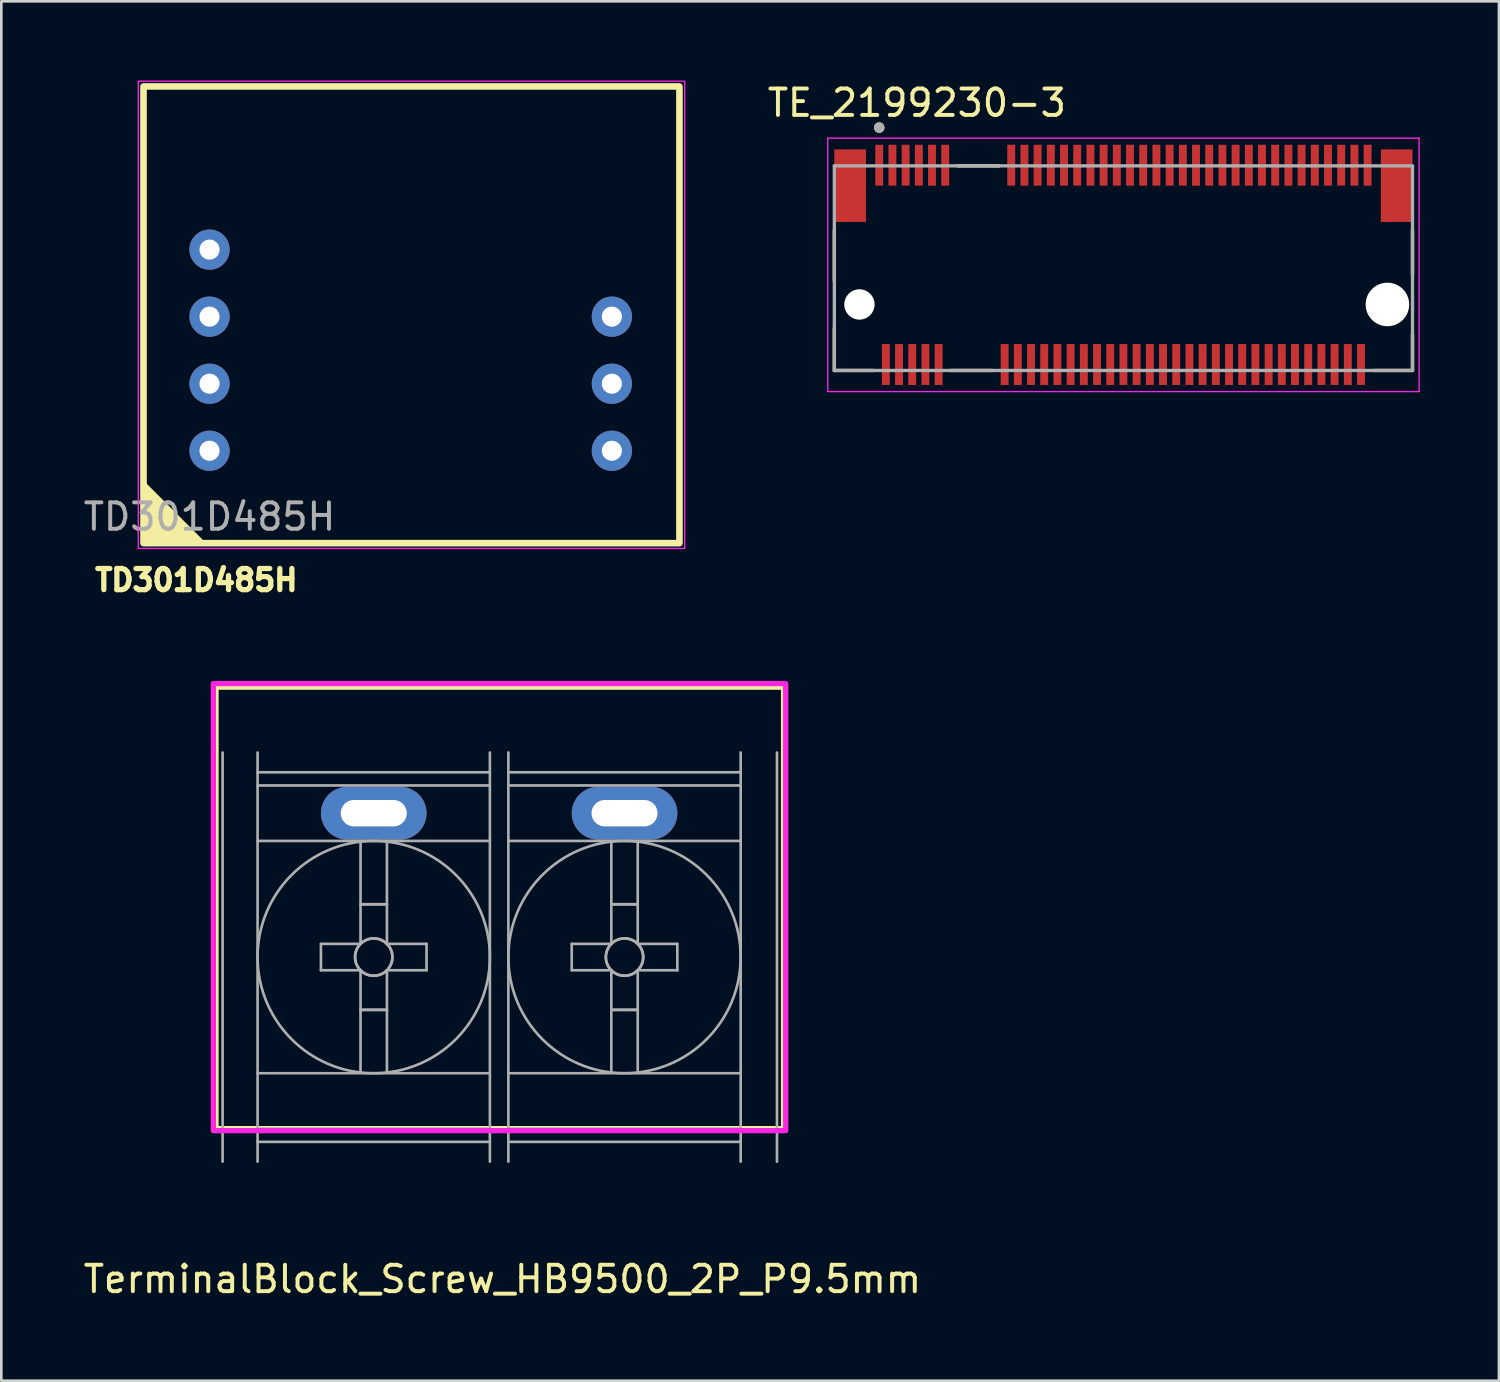
<source format=kicad_pcb>
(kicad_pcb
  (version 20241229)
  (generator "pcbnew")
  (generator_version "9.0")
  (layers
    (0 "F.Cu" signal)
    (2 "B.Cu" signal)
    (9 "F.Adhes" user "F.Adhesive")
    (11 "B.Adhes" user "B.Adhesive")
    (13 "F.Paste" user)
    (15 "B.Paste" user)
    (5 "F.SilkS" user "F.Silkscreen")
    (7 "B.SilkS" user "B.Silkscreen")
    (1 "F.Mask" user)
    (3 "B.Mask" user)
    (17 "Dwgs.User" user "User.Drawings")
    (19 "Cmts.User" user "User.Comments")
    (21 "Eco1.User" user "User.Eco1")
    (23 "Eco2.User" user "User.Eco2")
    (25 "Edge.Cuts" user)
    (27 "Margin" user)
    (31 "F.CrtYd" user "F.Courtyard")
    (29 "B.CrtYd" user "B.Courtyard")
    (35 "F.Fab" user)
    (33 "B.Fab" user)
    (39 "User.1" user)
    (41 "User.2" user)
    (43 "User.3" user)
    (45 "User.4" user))
  (footprint "TD301D485H"
    (layer "F.Cu")
    (at 4.887 14.025)
    (property "Reference" "TD301D485H" (at -0.5 4.9 0) (unlocked yes) (layer "F.SilkS") (effects (font (size 0.8 0.8) (thickness 0.2) (bold yes))))
    (attr through_hole)
    (fp_rect (start -2.5 -13.8) (end 17.8 3.5) (stroke (width 0.25) (type default)) (fill no) (layer "F.SilkS"))
    (fp_poly (pts (xy -2.5 3.5) (xy -2.5 1.2) (xy -0.204 3.496)) (stroke (width 0.1) (type solid)) (fill yes) (layer "F.SilkS"))
    (fp_rect (start -2.7 -14) (end 18 3.7) (stroke (width 0.05) (type default)) (fill no) (layer "F.CrtYd"))
    (fp_text user "${REFERENCE}" (at 0 2.5 0) (unlocked yes) (layer "F.Fab") (effects (font (size 1 1) (thickness 0.15))))
    (pad "1" thru_hole circle (at 0 0) (size 1.524 1.524) (drill 0.762) (layers "*.Cu" "*.Mask"))
    (pad "2" thru_hole circle (at 0 -2.54) (size 1.524 1.524) (drill 0.762) (layers "*.Cu" "*.Mask"))
    (pad "3" thru_hole circle (at 0 -5.08) (size 1.524 1.524) (drill 0.762) (layers "*.Cu" "*.Mask"))
    (pad "4" thru_hole circle (at 0 -7.62) (size 1.524 1.524) (drill 0.762) (layers "*.Cu" "*.Mask"))
    (pad "8" thru_hole circle (at 15.24 -5.08) (size 1.524 1.524) (drill 0.762) (layers "*.Cu" "*.Mask"))
    (pad "9" thru_hole circle (at 15.24 -2.54) (size 1.524 1.524) (drill 0.762) (layers "*.Cu" "*.Mask"))
    (pad "10" thru_hole circle (at 15.24 0) (size 1.524 1.524) (drill 0.762) (layers "*.Cu" "*.Mask")))
  (footprint "TerminalBlock_Screw_HB9500_2P_P9.5mm"
    (layer "F.Cu")
    (at 15.882 33.204)
    (property "Reference" "TerminalBlock_Screw_HB9500_2P_P9.5mm" (at 0.1 12.2 0) (layer "F.SilkS") (effects (font (size 1 1) (thickness 0.15))))
    (attr through_hole)
    (fp_rect (start -10.775 -10.25) (end 10.775 6.525) (stroke (width 0.25) (type solid)) (fill no) (layer "F.SilkS"))
    (fp_rect (start -10.85 -10.36) (end 10.83 6.575) (stroke (width 0.2) (type solid)) (fill no) (layer "F.CrtYd"))
    (fp_line (start -10.5 7.75) (end -10.5 -7.75) (stroke (width 0.1) (type solid)) (layer "F.Fab"))
    (fp_line (start -9.175 -7.75) (end -9.175 7.75) (stroke (width 0.1) (type solid)) (layer "F.Fab"))
    (fp_line (start -9.175 -7) (end -0.375 -7) (stroke (width 0.1) (type solid)) (layer "F.Fab"))
    (fp_line (start -9.175 -6.5) (end -0.375 -6.5) (stroke (width 0.1) (type solid)) (layer "F.Fab"))
    (fp_line (start -9.175 -4.4) (end -0.375 -4.4) (stroke (width 0.1) (type solid)) (layer "F.Fab"))
    (fp_line (start -9.175 4.4) (end -0.375 4.4) (stroke (width 0.1) (type solid)) (layer "F.Fab"))
    (fp_line (start -9.175 6.5) (end -0.375 6.5) (stroke (width 0.1) (type solid)) (layer "F.Fab"))
    (fp_line (start -9.175 7) (end -0.375 7) (stroke (width 0.1) (type solid)) (layer "F.Fab"))
    (fp_line (start -6.775 -0.5) (end -6.775 0.5) (stroke (width 0.1) (type solid)) (layer "F.Fab"))
    (fp_line (start -6.775 0.5) (end -5.275 0.5) (stroke (width 0.1) (type solid)) (layer "F.Fab"))
    (fp_line (start -5.275 -4.35) (end -5.275 -0.5) (stroke (width 0.1) (type solid)) (layer "F.Fab"))
    (fp_line (start -5.275 -2) (end -4.275 -2) (stroke (width 0.1) (type solid)) (layer "F.Fab"))
    (fp_line (start -5.275 -2) (end -4.275 -2) (stroke (width 0.1) (type solid)) (layer "F.Fab"))
    (fp_line (start -5.275 -0.5) (end -6.775 -0.5) (stroke (width 0.1) (type solid)) (layer "F.Fab"))
    (fp_line (start -5.275 0.5) (end -5.275 4.35) (stroke (width 0.1) (type solid)) (layer "F.Fab"))
    (fp_line (start -5.275 2) (end -4.275 2) (stroke (width 0.1) (type solid)) (layer "F.Fab"))
    (fp_line (start -5.275 2) (end -4.275 2) (stroke (width 0.1) (type solid)) (layer "F.Fab"))
    (fp_line (start -4.275 -4.35) (end -4.275 -0.5) (stroke (width 0.1) (type solid)) (layer "F.Fab"))
    (fp_line (start -4.275 -0.5) (end -2.775 -0.5) (stroke (width 0.1) (type solid)) (layer "F.Fab"))
    (fp_line (start -4.275 0.5) (end -4.275 4.35) (stroke (width 0.1) (type solid)) (layer "F.Fab"))
    (fp_line (start -2.775 -0.5) (end -2.775 0.5) (stroke (width 0.1) (type solid)) (layer "F.Fab"))
    (fp_line (start -2.775 0.5) (end -4.275 0.5) (stroke (width 0.1) (type solid)) (layer "F.Fab"))
    (fp_line (start -0.375 -7.75) (end -0.375 7.75) (stroke (width 0.1) (type solid)) (layer "F.Fab"))
    (fp_line (start 0.325 -7.75) (end 0.325 7.75) (stroke (width 0.1) (type solid)) (layer "F.Fab"))
    (fp_line (start 0.325 -7) (end 9.125 -7) (stroke (width 0.1) (type solid)) (layer "F.Fab"))
    (fp_line (start 0.325 -6.5) (end 9.125 -6.5) (stroke (width 0.1) (type solid)) (layer "F.Fab"))
    (fp_line (start 0.325 -4.4) (end 9.125 -4.4) (stroke (width 0.1) (type solid)) (layer "F.Fab"))
    (fp_line (start 0.325 4.4) (end 9.125 4.4) (stroke (width 0.1) (type solid)) (layer "F.Fab"))
    (fp_line (start 0.325 6.5) (end 9.125 6.5) (stroke (width 0.1) (type solid)) (layer "F.Fab"))
    (fp_line (start 0.325 7) (end 9.125 7) (stroke (width 0.1) (type solid)) (layer "F.Fab"))
    (fp_line (start 2.725 -0.5) (end 2.725 0.5) (stroke (width 0.1) (type solid)) (layer "F.Fab"))
    (fp_line (start 2.725 0.5) (end 4.225 0.5) (stroke (width 0.1) (type solid)) (layer "F.Fab"))
    (fp_line (start 4.225 -4.35) (end 4.225 -0.5) (stroke (width 0.1) (type solid)) (layer "F.Fab"))
    (fp_line (start 4.225 -2) (end 5.225 -2) (stroke (width 0.1) (type solid)) (layer "F.Fab"))
    (fp_line (start 4.225 -2) (end 5.225 -2) (stroke (width 0.1) (type solid)) (layer "F.Fab"))
    (fp_line (start 4.225 -0.5) (end 2.725 -0.5) (stroke (width 0.1) (type solid)) (layer "F.Fab"))
    (fp_line (start 4.225 0.5) (end 4.225 4.35) (stroke (width 0.1) (type solid)) (layer "F.Fab"))
    (fp_line (start 4.225 2) (end 5.225 2) (stroke (width 0.1) (type solid)) (layer "F.Fab"))
    (fp_line (start 4.225 2) (end 5.225 2) (stroke (width 0.1) (type solid)) (layer "F.Fab"))
    (fp_line (start 5.225 -4.35) (end 5.225 -0.5) (stroke (width 0.1) (type solid)) (layer "F.Fab"))
    (fp_line (start 5.225 -0.5) (end 6.725 -0.5) (stroke (width 0.1) (type solid)) (layer "F.Fab"))
    (fp_line (start 5.225 0.5) (end 5.225 4.35) (stroke (width 0.1) (type solid)) (layer "F.Fab"))
    (fp_line (start 6.725 -0.5) (end 6.725 0.5) (stroke (width 0.1) (type solid)) (layer "F.Fab"))
    (fp_line (start 6.725 0.5) (end 5.225 0.5) (stroke (width 0.1) (type solid)) (layer "F.Fab"))
    (fp_line (start 9.125 -7.75) (end 9.125 7.75) (stroke (width 0.1) (type solid)) (layer "F.Fab"))
    (fp_line (start 10.5 7.75) (end 10.5 -7.75) (stroke (width 0.1) (type solid)) (layer "F.Fab"))
    (fp_circle (center -4.775 0) (end -4.275 0.5) (stroke (width 0.1) (type solid)) (fill no) (layer "F.Fab"))
    (fp_circle (center -4.775 0) (end -4.275 0.5) (stroke (width 0.1) (type solid)) (fill no) (layer "F.Fab"))
    (fp_circle (center -4.775 0) (end -0.375 0) (stroke (width 0.1) (type solid)) (fill no) (layer "F.Fab"))
    (fp_circle (center 4.725 0) (end 5.225 0.5) (stroke (width 0.1) (type solid)) (fill no) (layer "F.Fab"))
    (fp_circle (center 4.725 0) (end 5.225 0.5) (stroke (width 0.1) (type solid)) (fill no) (layer "F.Fab"))
    (fp_circle (center 4.725 0) (end 9.125 0) (stroke (width 0.1) (type solid)) (fill no) (layer "F.Fab"))
    (pad "1" thru_hole oval (at -4.775 -5.45) (size 4 2) (drill oval 2.5 1) (layers "*.Cu" "*.Mask"))
    (pad "2" thru_hole oval (at 4.725 -5.45) (size 4 2) (drill oval 2.5 1) (layers "*.Cu" "*.Mask")))
  (footprint "TE_2199230-3"
    (layer "F.Cu")
    (at 39.505 8.483)
    (property "Reference" "TE_2199230-3" (at -7.825 -7.635 0) (layer "F.SilkS") (effects (font (size 1 1) (thickness 0.15))))
    (attr smd)
    (fp_line (start -10.95 -2.805) (end -10.95 -0.895) (stroke (width 0.127) (type solid)) (layer "F.SilkS"))
    (fp_line (start -10.95 0.895) (end -10.95 2.5) (stroke (width 0.127) (type solid)) (layer "F.SilkS"))
    (fp_line (start -10.95 2.5) (end -9.47 2.5) (stroke (width 0.127) (type solid)) (layer "F.SilkS"))
    (fp_line (start -4.97 2.5) (end -6.53 2.5) (stroke (width 0.127) (type solid)) (layer "F.SilkS"))
    (fp_line (start -4.72 -5.25) (end -6.28 -5.25) (stroke (width 0.127) (type solid)) (layer "F.SilkS"))
    (fp_line (start 10.95 -2.805) (end 10.95 -1.145) (stroke (width 0.127) (type solid)) (layer "F.SilkS"))
    (fp_line (start 10.95 1.145) (end 10.95 2.5) (stroke (width 0.127) (type solid)) (layer "F.SilkS"))
    (fp_line (start 10.95 2.5) (end 9.47 2.5) (stroke (width 0.127) (type solid)) (layer "F.SilkS"))
    (fp_circle (center -9.25 -6.7) (end -9.15 -6.7) (stroke (width 0.2) (type solid)) (fill no) (layer "F.SilkS"))
    (fp_line (start -11.2 -6.3) (end 11.2 -6.3) (stroke (width 0.05) (type solid)) (layer "F.CrtYd"))
    (fp_line (start -11.2 3.3) (end -11.2 -6.3) (stroke (width 0.05) (type solid)) (layer "F.CrtYd"))
    (fp_line (start 11.2 -6.3) (end 11.2 3.3) (stroke (width 0.05) (type solid)) (layer "F.CrtYd"))
    (fp_line (start 11.2 3.3) (end -11.2 3.3) (stroke (width 0.05) (type solid)) (layer "F.CrtYd"))
    (fp_line (start -10.95 -5.25) (end 10.95 -5.25) (stroke (width 0.127) (type solid)) (layer "F.Fab"))
    (fp_line (start -10.95 2.5) (end -10.95 -5.25) (stroke (width 0.127) (type solid)) (layer "F.Fab"))
    (fp_line (start 10.95 -5.25) (end 10.95 2.5) (stroke (width 0.127) (type solid)) (layer "F.Fab"))
    (fp_line (start 10.95 2.5) (end -10.95 2.5) (stroke (width 0.127) (type solid)) (layer "F.Fab"))
    (fp_circle (center -9.25 -6.7) (end -9.15 -6.7) (stroke (width 0.2) (type solid)) (fill no) (layer "F.Fab"))
    (pad "" np_thru_hole circle (at -10 0) (size 1.15 1.15) (drill 1.15) (layers "*.Cu" "*.Mask"))
    (pad "" np_thru_hole circle (at 10 0) (size 1.65 1.65) (drill 1.65) (layers "*.Cu" "*.Mask"))
    (pad "1" smd rect (at -9.25 -5.275) (size 0.3 1.55) (layers "F.Cu" "F.Mask" "F.Paste"))
    (pad "2" smd rect (at -9 2.275) (size 0.3 1.55) (layers "F.Cu" "F.Mask" "F.Paste"))
    (pad "3" smd rect (at -8.75 -5.275) (size 0.3 1.55) (layers "F.Cu" "F.Mask" "F.Paste"))
    (pad "4" smd rect (at -8.5 2.275) (size 0.3 1.55) (layers "F.Cu" "F.Mask" "F.Paste"))
    (pad "5" smd rect (at -8.25 -5.275) (size 0.3 1.55) (layers "F.Cu" "F.Mask" "F.Paste"))
    (pad "6" smd rect (at -8 2.275) (size 0.3 1.55) (layers "F.Cu" "F.Mask" "F.Paste"))
    (pad "7" smd rect (at -7.75 -5.275) (size 0.3 1.55) (layers "F.Cu" "F.Mask" "F.Paste"))
    (pad "8" smd rect (at -7.5 2.275) (size 0.3 1.55) (layers "F.Cu" "F.Mask" "F.Paste"))
    (pad "9" smd rect (at -7.25 -5.275) (size 0.3 1.55) (layers "F.Cu" "F.Mask" "F.Paste"))
    (pad "10" smd rect (at -7 2.275) (size 0.3 1.55) (layers "F.Cu" "F.Mask" "F.Paste"))
    (pad "11" smd rect (at -6.75 -5.275) (size 0.3 1.55) (layers "F.Cu" "F.Mask" "F.Paste"))
    (pad "20" smd rect (at -4.5 2.275) (size 0.3 1.55) (layers "F.Cu" "F.Mask" "F.Paste"))
    (pad "21" smd rect (at -4.25 -5.275) (size 0.3 1.55) (layers "F.Cu" "F.Mask" "F.Paste"))
    (pad "22" smd rect (at -4 2.275) (size 0.3 1.55) (layers "F.Cu" "F.Mask" "F.Paste"))
    (pad "23" smd rect (at -3.75 -5.275) (size 0.3 1.55) (layers "F.Cu" "F.Mask" "F.Paste"))
    (pad "24" smd rect (at -3.5 2.275) (size 0.3 1.55) (layers "F.Cu" "F.Mask" "F.Paste"))
    (pad "25" smd rect (at -3.25 -5.275) (size 0.3 1.55) (layers "F.Cu" "F.Mask" "F.Paste"))
    (pad "26" smd rect (at -3 2.275) (size 0.3 1.55) (layers "F.Cu" "F.Mask" "F.Paste"))
    (pad "27" smd rect (at -2.75 -5.275) (size 0.3 1.55) (layers "F.Cu" "F.Mask" "F.Paste"))
    (pad "28" smd rect (at -2.5 2.275) (size 0.3 1.55) (layers "F.Cu" "F.Mask" "F.Paste"))
    (pad "29" smd rect (at -2.25 -5.275) (size 0.3 1.55) (layers "F.Cu" "F.Mask" "F.Paste"))
    (pad "30" smd rect (at -2 2.275) (size 0.3 1.55) (layers "F.Cu" "F.Mask" "F.Paste"))
    (pad "31" smd rect (at -1.75 -5.275) (size 0.3 1.55) (layers "F.Cu" "F.Mask" "F.Paste"))
    (pad "32" smd rect (at -1.5 2.275) (size 0.3 1.55) (layers "F.Cu" "F.Mask" "F.Paste"))
    (pad "33" smd rect (at -1.25 -5.275) (size 0.3 1.55) (layers "F.Cu" "F.Mask" "F.Paste"))
    (pad "34" smd rect (at -1 2.275) (size 0.3 1.55) (layers "F.Cu" "F.Mask" "F.Paste"))
    (pad "35" smd rect (at -0.75 -5.275) (size 0.3 1.55) (layers "F.Cu" "F.Mask" "F.Paste"))
    (pad "36" smd rect (at -0.5 2.275) (size 0.3 1.55) (layers "F.Cu" "F.Mask" "F.Paste"))
    (pad "37" smd rect (at -0.25 -5.275) (size 0.3 1.55) (layers "F.Cu" "F.Mask" "F.Paste"))
    (pad "38" smd rect (at 0 2.275) (size 0.3 1.55) (layers "F.Cu" "F.Mask" "F.Paste"))
    (pad "39" smd rect (at 0.25 -5.275) (size 0.3 1.55) (layers "F.Cu" "F.Mask" "F.Paste"))
    (pad "40" smd rect (at 0.5 2.275) (size 0.3 1.55) (layers "F.Cu" "F.Mask" "F.Paste"))
    (pad "41" smd rect (at 0.75 -5.275) (size 0.3 1.55) (layers "F.Cu" "F.Mask" "F.Paste"))
    (pad "42" smd rect (at 1 2.275) (size 0.3 1.55) (layers "F.Cu" "F.Mask" "F.Paste"))
    (pad "43" smd rect (at 1.25 -5.275) (size 0.3 1.55) (layers "F.Cu" "F.Mask" "F.Paste"))
    (pad "44" smd rect (at 1.5 2.275) (size 0.3 1.55) (layers "F.Cu" "F.Mask" "F.Paste"))
    (pad "45" smd rect (at 1.75 -5.275) (size 0.3 1.55) (layers "F.Cu" "F.Mask" "F.Paste"))
    (pad "46" smd rect (at 2 2.275) (size 0.3 1.55) (layers "F.Cu" "F.Mask" "F.Paste"))
    (pad "47" smd rect (at 2.25 -5.275) (size 0.3 1.55) (layers "F.Cu" "F.Mask" "F.Paste"))
    (pad "48" smd rect (at 2.5 2.275) (size 0.3 1.55) (layers "F.Cu" "F.Mask" "F.Paste"))
    (pad "49" smd rect (at 2.75 -5.275) (size 0.3 1.55) (layers "F.Cu" "F.Mask" "F.Paste"))
    (pad "50" smd rect (at 3 2.275) (size 0.3 1.55) (layers "F.Cu" "F.Mask" "F.Paste"))
    (pad "51" smd rect (at 3.25 -5.275) (size 0.3 1.55) (layers "F.Cu" "F.Mask" "F.Paste"))
    (pad "52" smd rect (at 3.5 2.275) (size 0.3 1.55) (layers "F.Cu" "F.Mask" "F.Paste"))
    (pad "53" smd rect (at 3.75 -5.275) (size 0.3 1.55) (layers "F.Cu" "F.Mask" "F.Paste"))
    (pad "54" smd rect (at 4 2.275) (size 0.3 1.55) (layers "F.Cu" "F.Mask" "F.Paste"))
    (pad "55" smd rect (at 4.25 -5.275) (size 0.3 1.55) (layers "F.Cu" "F.Mask" "F.Paste"))
    (pad "56" smd rect (at 4.5 2.275) (size 0.3 1.55) (layers "F.Cu" "F.Mask" "F.Paste"))
    (pad "57" smd rect (at 4.75 -5.275) (size 0.3 1.55) (layers "F.Cu" "F.Mask" "F.Paste"))
    (pad "58" smd rect (at 5 2.275) (size 0.3 1.55) (layers "F.Cu" "F.Mask" "F.Paste"))
    (pad "59" smd rect (at 5.25 -5.275) (size 0.3 1.55) (layers "F.Cu" "F.Mask" "F.Paste"))
    (pad "60" smd rect (at 5.5 2.275) (size 0.3 1.55) (layers "F.Cu" "F.Mask" "F.Paste"))
    (pad "61" smd rect (at 5.75 -5.275) (size 0.3 1.55) (layers "F.Cu" "F.Mask" "F.Paste"))
    (pad "62" smd rect (at 6 2.275) (size 0.3 1.55) (layers "F.Cu" "F.Mask" "F.Paste"))
    (pad "63" smd rect (at 6.25 -5.275) (size 0.3 1.55) (layers "F.Cu" "F.Mask" "F.Paste"))
    (pad "64" smd rect (at 6.5 2.275) (size 0.3 1.55) (layers "F.Cu" "F.Mask" "F.Paste"))
    (pad "65" smd rect (at 6.75 -5.275) (size 0.3 1.55) (layers "F.Cu" "F.Mask" "F.Paste"))
    (pad "66" smd rect (at 7 2.275) (size 0.3 1.55) (layers "F.Cu" "F.Mask" "F.Paste"))
    (pad "67" smd rect (at 7.25 -5.275) (size 0.3 1.55) (layers "F.Cu" "F.Mask" "F.Paste"))
    (pad "68" smd rect (at 7.5 2.275) (size 0.3 1.55) (layers "F.Cu" "F.Mask" "F.Paste"))
    (pad "69" smd rect (at 7.75 -5.275) (size 0.3 1.55) (layers "F.Cu" "F.Mask" "F.Paste"))
    (pad "70" smd rect (at 8 2.275) (size 0.3 1.55) (layers "F.Cu" "F.Mask" "F.Paste"))
    (pad "71" smd rect (at 8.25 -5.275) (size 0.3 1.55) (layers "F.Cu" "F.Mask" "F.Paste"))
    (pad "72" smd rect (at 8.5 2.275) (size 0.3 1.55) (layers "F.Cu" "F.Mask" "F.Paste"))
    (pad "73" smd rect (at 8.75 -5.275) (size 0.3 1.55) (layers "F.Cu" "F.Mask" "F.Paste"))
    (pad "74" smd rect (at 9 2.275) (size 0.3 1.55) (layers "F.Cu" "F.Mask" "F.Paste"))
    (pad "75" smd rect (at 9.25 -5.275) (size 0.3 1.55) (layers "F.Cu" "F.Mask" "F.Paste"))
    (pad "S1" smd rect (at -10.35 -4.5) (size 1.2 2.75) (layers "F.Cu" "F.Mask" "F.Paste"))
    (pad "S2" smd rect (at 10.35 -4.5) (size 1.2 2.75) (layers "F.Cu" "F.Mask" "F.Paste")))
  (gr_rect
    (start -3 -3)
    (end 53.73 49.252)
    (stroke (width 0.1) (type default))
    (fill no)
    (layer "Edge.Cuts")))
</source>
